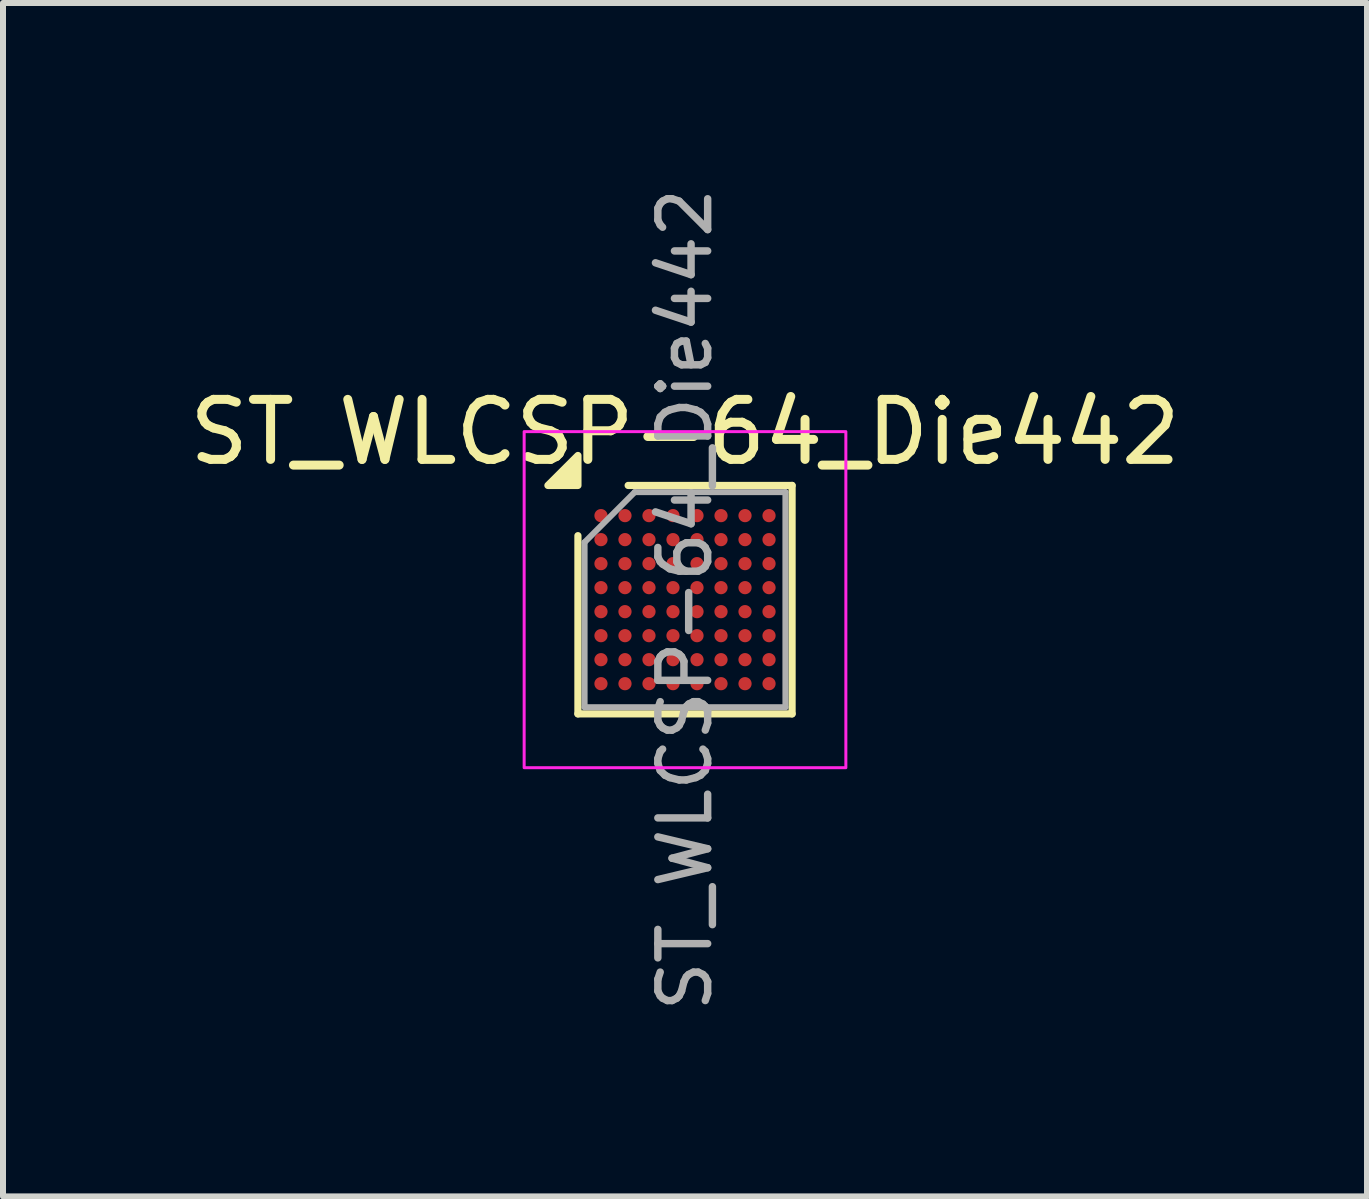
<source format=kicad_pcb>
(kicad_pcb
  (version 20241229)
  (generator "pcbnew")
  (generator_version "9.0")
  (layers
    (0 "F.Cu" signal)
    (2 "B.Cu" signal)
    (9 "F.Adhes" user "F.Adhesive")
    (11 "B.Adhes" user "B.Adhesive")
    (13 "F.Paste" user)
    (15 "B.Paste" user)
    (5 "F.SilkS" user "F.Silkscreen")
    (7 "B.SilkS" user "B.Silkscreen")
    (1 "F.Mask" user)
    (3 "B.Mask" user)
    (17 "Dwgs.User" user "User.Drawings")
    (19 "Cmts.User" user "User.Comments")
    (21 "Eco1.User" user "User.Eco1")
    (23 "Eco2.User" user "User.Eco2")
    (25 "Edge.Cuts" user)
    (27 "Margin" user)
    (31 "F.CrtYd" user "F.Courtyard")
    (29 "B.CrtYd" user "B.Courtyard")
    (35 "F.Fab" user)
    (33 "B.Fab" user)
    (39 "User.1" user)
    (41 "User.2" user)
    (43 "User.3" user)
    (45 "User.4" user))
  (footprint "ST_WLCSP-64_Die442"
    (layer "F.Cu")
    (at 8.363 6.941)
    (property "Reference" "ST_WLCSP-64_Die442" (at 0 -2.792 0) (layer "F.SilkS") (effects (font (size 1 1) (thickness 0.15))))
    (attr smd)
    (fp_line (start -1.784 1.903) (end -1.784 -1.066) (stroke (width 0.12) (type solid)) (layer "F.SilkS"))
    (fp_line (start -0.947 -1.903) (end 1.784 -1.903) (stroke (width 0.12) (type solid)) (layer "F.SilkS"))
    (fp_line (start 1.784 -1.903) (end 1.784 1.903) (stroke (width 0.12) (type solid)) (layer "F.SilkS"))
    (fp_line (start 1.784 1.903) (end -1.784 1.903) (stroke (width 0.12) (type solid)) (layer "F.SilkS"))
    (fp_poly (pts (xy -1.784 -1.903) (xy -2.284 -1.903) (xy -1.784 -2.402)) (stroke (width 0.12) (type solid)) (fill yes) (layer "F.SilkS"))
    (fp_rect (start -2.68 -2.8) (end 2.68 2.8) (stroke (width 0.05) (type solid)) (fill no) (layer "F.CrtYd"))
    (fp_line (start -1.673 -0.956) (end -0.837 -1.792) (stroke (width 0.1) (type solid)) (layer "F.Fab"))
    (fp_line (start -1.673 1.792) (end -1.673 -0.956) (stroke (width 0.1) (type solid)) (layer "F.Fab"))
    (fp_line (start -0.837 -1.792) (end 1.673 -1.792) (stroke (width 0.1) (type solid)) (layer "F.Fab"))
    (fp_line (start 1.673 -1.792) (end 1.673 1.792) (stroke (width 0.1) (type solid)) (layer "F.Fab"))
    (fp_line (start 1.673 1.792) (end -1.673 1.792) (stroke (width 0.1) (type solid)) (layer "F.Fab"))
    (fp_text user "${REFERENCE}" (at 0 0 270) (layer "F.Fab") (effects (font (size 0.83 0.83) (thickness 0.124))))
    (pad "A1" smd circle (at -1.4 -1.4) (size 0.22 0.22) (property pad_prop_bga) (layers "F.Cu" "F.Mask" "F.Paste"))
    (pad "A2" smd circle (at -1 -1.4) (size 0.22 0.22) (property pad_prop_bga) (layers "F.Cu" "F.Mask" "F.Paste"))
    (pad "A3" smd circle (at -0.6 -1.4) (size 0.22 0.22) (property pad_prop_bga) (layers "F.Cu" "F.Mask" "F.Paste"))
    (pad "A4" smd circle (at -0.2 -1.4) (size 0.22 0.22) (property pad_prop_bga) (layers "F.Cu" "F.Mask" "F.Paste"))
    (pad "A5" smd circle (at 0.2 -1.4) (size 0.22 0.22) (property pad_prop_bga) (layers "F.Cu" "F.Mask" "F.Paste"))
    (pad "A6" smd circle (at 0.6 -1.4) (size 0.22 0.22) (property pad_prop_bga) (layers "F.Cu" "F.Mask" "F.Paste"))
    (pad "A7" smd circle (at 1 -1.4) (size 0.22 0.22) (property pad_prop_bga) (layers "F.Cu" "F.Mask" "F.Paste"))
    (pad "A8" smd circle (at 1.4 -1.4) (size 0.22 0.22) (property pad_prop_bga) (layers "F.Cu" "F.Mask" "F.Paste"))
    (pad "B1" smd circle (at -1.4 -1) (size 0.22 0.22) (property pad_prop_bga) (layers "F.Cu" "F.Mask" "F.Paste"))
    (pad "B2" smd circle (at -1 -1) (size 0.22 0.22) (property pad_prop_bga) (layers "F.Cu" "F.Mask" "F.Paste"))
    (pad "B3" smd circle (at -0.6 -1) (size 0.22 0.22) (property pad_prop_bga) (layers "F.Cu" "F.Mask" "F.Paste"))
    (pad "B4" smd circle (at -0.2 -1) (size 0.22 0.22) (property pad_prop_bga) (layers "F.Cu" "F.Mask" "F.Paste"))
    (pad "B5" smd circle (at 0.2 -1) (size 0.22 0.22) (property pad_prop_bga) (layers "F.Cu" "F.Mask" "F.Paste"))
    (pad "B6" smd circle (at 0.6 -1) (size 0.22 0.22) (property pad_prop_bga) (layers "F.Cu" "F.Mask" "F.Paste"))
    (pad "B7" smd circle (at 1 -1) (size 0.22 0.22) (property pad_prop_bga) (layers "F.Cu" "F.Mask" "F.Paste"))
    (pad "B8" smd circle (at 1.4 -1) (size 0.22 0.22) (property pad_prop_bga) (layers "F.Cu" "F.Mask" "F.Paste"))
    (pad "C1" smd circle (at -1.4 -0.6) (size 0.22 0.22) (property pad_prop_bga) (layers "F.Cu" "F.Mask" "F.Paste"))
    (pad "C2" smd circle (at -1 -0.6) (size 0.22 0.22) (property pad_prop_bga) (layers "F.Cu" "F.Mask" "F.Paste"))
    (pad "C3" smd circle (at -0.6 -0.6) (size 0.22 0.22) (property pad_prop_bga) (layers "F.Cu" "F.Mask" "F.Paste"))
    (pad "C4" smd circle (at -0.2 -0.6) (size 0.22 0.22) (property pad_prop_bga) (layers "F.Cu" "F.Mask" "F.Paste"))
    (pad "C5" smd circle (at 0.2 -0.6) (size 0.22 0.22) (property pad_prop_bga) (layers "F.Cu" "F.Mask" "F.Paste"))
    (pad "C6" smd circle (at 0.6 -0.6) (size 0.22 0.22) (property pad_prop_bga) (layers "F.Cu" "F.Mask" "F.Paste"))
    (pad "C7" smd circle (at 1 -0.6) (size 0.22 0.22) (property pad_prop_bga) (layers "F.Cu" "F.Mask" "F.Paste"))
    (pad "C8" smd circle (at 1.4 -0.6) (size 0.22 0.22) (property pad_prop_bga) (layers "F.Cu" "F.Mask" "F.Paste"))
    (pad "D1" smd circle (at -1.4 -0.2) (size 0.22 0.22) (property pad_prop_bga) (layers "F.Cu" "F.Mask" "F.Paste"))
    (pad "D2" smd circle (at -1 -0.2) (size 0.22 0.22) (property pad_prop_bga) (layers "F.Cu" "F.Mask" "F.Paste"))
    (pad "D3" smd circle (at -0.6 -0.2) (size 0.22 0.22) (property pad_prop_bga) (layers "F.Cu" "F.Mask" "F.Paste"))
    (pad "D4" smd circle (at -0.2 -0.2) (size 0.22 0.22) (property pad_prop_bga) (layers "F.Cu" "F.Mask" "F.Paste"))
    (pad "D5" smd circle (at 0.2 -0.2) (size 0.22 0.22) (property pad_prop_bga) (layers "F.Cu" "F.Mask" "F.Paste"))
    (pad "D6" smd circle (at 0.6 -0.2) (size 0.22 0.22) (property pad_prop_bga) (layers "F.Cu" "F.Mask" "F.Paste"))
    (pad "D7" smd circle (at 1 -0.2) (size 0.22 0.22) (property pad_prop_bga) (layers "F.Cu" "F.Mask" "F.Paste"))
    (pad "D8" smd circle (at 1.4 -0.2) (size 0.22 0.22) (property pad_prop_bga) (layers "F.Cu" "F.Mask" "F.Paste"))
    (pad "E1" smd circle (at -1.4 0.2) (size 0.22 0.22) (property pad_prop_bga) (layers "F.Cu" "F.Mask" "F.Paste"))
    (pad "E2" smd circle (at -1 0.2) (size 0.22 0.22) (property pad_prop_bga) (layers "F.Cu" "F.Mask" "F.Paste"))
    (pad "E3" smd circle (at -0.6 0.2) (size 0.22 0.22) (property pad_prop_bga) (layers "F.Cu" "F.Mask" "F.Paste"))
    (pad "E4" smd circle (at -0.2 0.2) (size 0.22 0.22) (property pad_prop_bga) (layers "F.Cu" "F.Mask" "F.Paste"))
    (pad "E5" smd circle (at 0.2 0.2) (size 0.22 0.22) (property pad_prop_bga) (layers "F.Cu" "F.Mask" "F.Paste"))
    (pad "E6" smd circle (at 0.6 0.2) (size 0.22 0.22) (property pad_prop_bga) (layers "F.Cu" "F.Mask" "F.Paste"))
    (pad "E7" smd circle (at 1 0.2) (size 0.22 0.22) (property pad_prop_bga) (layers "F.Cu" "F.Mask" "F.Paste"))
    (pad "E8" smd circle (at 1.4 0.2) (size 0.22 0.22) (property pad_prop_bga) (layers "F.Cu" "F.Mask" "F.Paste"))
    (pad "F1" smd circle (at -1.4 0.6) (size 0.22 0.22) (property pad_prop_bga) (layers "F.Cu" "F.Mask" "F.Paste"))
    (pad "F2" smd circle (at -1 0.6) (size 0.22 0.22) (property pad_prop_bga) (layers "F.Cu" "F.Mask" "F.Paste"))
    (pad "F3" smd circle (at -0.6 0.6) (size 0.22 0.22) (property pad_prop_bga) (layers "F.Cu" "F.Mask" "F.Paste"))
    (pad "F4" smd circle (at -0.2 0.6) (size 0.22 0.22) (property pad_prop_bga) (layers "F.Cu" "F.Mask" "F.Paste"))
    (pad "F5" smd circle (at 0.2 0.6) (size 0.22 0.22) (property pad_prop_bga) (layers "F.Cu" "F.Mask" "F.Paste"))
    (pad "F6" smd circle (at 0.6 0.6) (size 0.22 0.22) (property pad_prop_bga) (layers "F.Cu" "F.Mask" "F.Paste"))
    (pad "F7" smd circle (at 1 0.6) (size 0.22 0.22) (property pad_prop_bga) (layers "F.Cu" "F.Mask" "F.Paste"))
    (pad "F8" smd circle (at 1.4 0.6) (size 0.22 0.22) (property pad_prop_bga) (layers "F.Cu" "F.Mask" "F.Paste"))
    (pad "G1" smd circle (at -1.4 1) (size 0.22 0.22) (property pad_prop_bga) (layers "F.Cu" "F.Mask" "F.Paste"))
    (pad "G2" smd circle (at -1 1) (size 0.22 0.22) (property pad_prop_bga) (layers "F.Cu" "F.Mask" "F.Paste"))
    (pad "G3" smd circle (at -0.6 1) (size 0.22 0.22) (property pad_prop_bga) (layers "F.Cu" "F.Mask" "F.Paste"))
    (pad "G4" smd circle (at -0.2 1) (size 0.22 0.22) (property pad_prop_bga) (layers "F.Cu" "F.Mask" "F.Paste"))
    (pad "G5" smd circle (at 0.2 1) (size 0.22 0.22) (property pad_prop_bga) (layers "F.Cu" "F.Mask" "F.Paste"))
    (pad "G6" smd circle (at 0.6 1) (size 0.22 0.22) (property pad_prop_bga) (layers "F.Cu" "F.Mask" "F.Paste"))
    (pad "G7" smd circle (at 1 1) (size 0.22 0.22) (property pad_prop_bga) (layers "F.Cu" "F.Mask" "F.Paste"))
    (pad "G8" smd circle (at 1.4 1) (size 0.22 0.22) (property pad_prop_bga) (layers "F.Cu" "F.Mask" "F.Paste"))
    (pad "H1" smd circle (at -1.4 1.4) (size 0.22 0.22) (property pad_prop_bga) (layers "F.Cu" "F.Mask" "F.Paste"))
    (pad "H2" smd circle (at -1 1.4) (size 0.22 0.22) (property pad_prop_bga) (layers "F.Cu" "F.Mask" "F.Paste"))
    (pad "H3" smd circle (at -0.6 1.4) (size 0.22 0.22) (property pad_prop_bga) (layers "F.Cu" "F.Mask" "F.Paste"))
    (pad "H4" smd circle (at -0.2 1.4) (size 0.22 0.22) (property pad_prop_bga) (layers "F.Cu" "F.Mask" "F.Paste"))
    (pad "H5" smd circle (at 0.2 1.4) (size 0.22 0.22) (property pad_prop_bga) (layers "F.Cu" "F.Mask" "F.Paste"))
    (pad "H6" smd circle (at 0.6 1.4) (size 0.22 0.22) (property pad_prop_bga) (layers "F.Cu" "F.Mask" "F.Paste"))
    (pad "H7" smd circle (at 1 1.4) (size 0.22 0.22) (property pad_prop_bga) (layers "F.Cu" "F.Mask" "F.Paste"))
    (pad "H8" smd circle (at 1.4 1.4) (size 0.22 0.22) (property pad_prop_bga) (layers "F.Cu" "F.Mask" "F.Paste")))
  (gr_rect
    (start -3 -3)
    (end 19.726 16.883)
    (stroke (width 0.1) (type default))
    (fill no)
    (layer "Edge.Cuts")))
</source>
